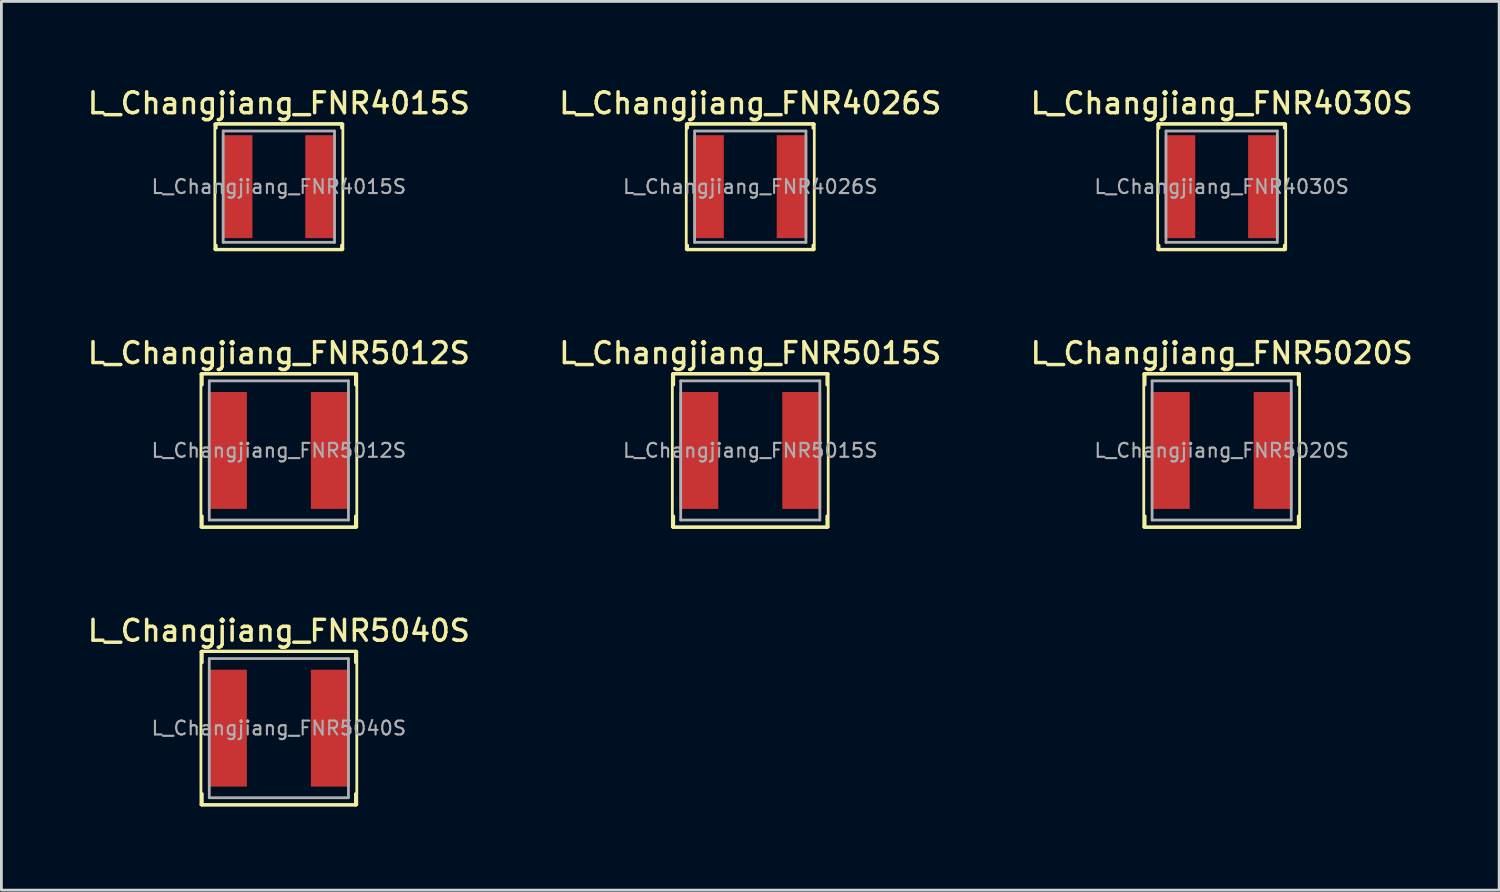
<source format=kicad_pcb>
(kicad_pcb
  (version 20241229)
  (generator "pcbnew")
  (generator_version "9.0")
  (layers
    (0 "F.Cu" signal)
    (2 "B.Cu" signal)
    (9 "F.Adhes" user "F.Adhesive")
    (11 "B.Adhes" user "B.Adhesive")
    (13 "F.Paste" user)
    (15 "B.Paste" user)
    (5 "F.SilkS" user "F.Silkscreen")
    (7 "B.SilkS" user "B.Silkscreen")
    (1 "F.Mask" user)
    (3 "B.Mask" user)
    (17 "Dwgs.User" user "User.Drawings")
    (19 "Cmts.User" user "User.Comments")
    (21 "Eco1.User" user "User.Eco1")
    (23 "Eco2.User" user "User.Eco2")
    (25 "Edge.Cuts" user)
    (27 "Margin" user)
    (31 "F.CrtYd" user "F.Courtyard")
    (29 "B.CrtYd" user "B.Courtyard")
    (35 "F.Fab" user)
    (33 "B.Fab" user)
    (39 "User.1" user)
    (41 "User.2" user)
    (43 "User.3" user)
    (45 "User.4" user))
  (footprint "L_Changjiang_FNR5015S"
    (layer "F.Cu")
    (at 23.909 13.136)
    (property "Reference" "L_Changjiang_FNR5015S" (at 0 -3.5 0) (layer "F.SilkS") (effects (font (size 0.75 0.75) (thickness 0.125))))
    (attr smd)
    (fp_line (start -2.8 -2.75) (end -2.8 2.75) (stroke (width 0.1) (type solid)) (layer "F.SilkS"))
    (fp_line (start -2.8 2.75) (end 2.8 2.75) (stroke (width 0.1) (type solid)) (layer "F.SilkS"))
    (fp_line (start -2.76 -2.76) (end -2.76 -2.36) (stroke (width 0.12) (type solid)) (layer "F.SilkS"))
    (fp_line (start -2.76 -2.76) (end 2.76 -2.76) (stroke (width 0.12) (type solid)) (layer "F.SilkS"))
    (fp_line (start -2.76 2.76) (end -2.76 2.36) (stroke (width 0.12) (type solid)) (layer "F.SilkS"))
    (fp_line (start -2.76 2.76) (end 2.76 2.76) (stroke (width 0.12) (type solid)) (layer "F.SilkS"))
    (fp_line (start 2.76 -2.76) (end 2.76 -2.36) (stroke (width 0.12) (type solid)) (layer "F.SilkS"))
    (fp_line (start 2.76 2.76) (end 2.76 2.36) (stroke (width 0.12) (type solid)) (layer "F.SilkS"))
    (fp_line (start 2.8 -2.75) (end -2.8 -2.75) (stroke (width 0.1) (type solid)) (layer "F.SilkS"))
    (fp_line (start 2.8 2.75) (end 2.8 -2.75) (stroke (width 0.1) (type solid)) (layer "F.SilkS"))
    (fp_line (start -2.5 -2.5) (end -2.5 2.5) (stroke (width 0.1) (type solid)) (layer "F.Fab"))
    (fp_line (start -2.5 2.5) (end 2.5 2.5) (stroke (width 0.1) (type solid)) (layer "F.Fab"))
    (fp_line (start 2.5 -2.5) (end -2.5 -2.5) (stroke (width 0.1) (type solid)) (layer "F.Fab"))
    (fp_line (start 2.5 2.5) (end 2.5 -2.5) (stroke (width 0.1) (type solid)) (layer "F.Fab"))
    (fp_text user "${REFERENCE}" (at 0 0 0) (layer "F.Fab") (effects (font (size 0.5 0.5) (thickness 0.075))))
    (pad "1" smd rect (at -1.85 0) (size 1.4 4.2) (layers "F.Cu" "F.Mask" "F.Paste"))
    (pad "2" smd rect (at 1.85 0) (size 1.4 4.2) (layers "F.Cu" "F.Mask" "F.Paste")))
  (footprint "L_Changjiang_FNR4015S"
    (layer "F.Cu")
    (at 6.97 3.658)
    (property "Reference" "L_Changjiang_FNR4015S" (at 0 -3 0) (layer "F.SilkS") (effects (font (size 0.75 0.75) (thickness 0.125))))
    (attr smd)
    (fp_line (start -2.3 -2.25) (end -2.3 2.25) (stroke (width 0.1) (type solid)) (layer "F.SilkS"))
    (fp_line (start -2.3 2.25) (end 2.3 2.25) (stroke (width 0.1) (type solid)) (layer "F.SilkS"))
    (fp_line (start -2.26 -2.26) (end -2.26 -2.11) (stroke (width 0.12) (type solid)) (layer "F.SilkS"))
    (fp_line (start -2.26 -2.26) (end 2.26 -2.26) (stroke (width 0.12) (type solid)) (layer "F.SilkS"))
    (fp_line (start -2.26 2.26) (end -2.26 2.11) (stroke (width 0.12) (type solid)) (layer "F.SilkS"))
    (fp_line (start -2.26 2.26) (end 2.26 2.26) (stroke (width 0.12) (type solid)) (layer "F.SilkS"))
    (fp_line (start 2.26 -2.26) (end 2.26 -2.11) (stroke (width 0.12) (type solid)) (layer "F.SilkS"))
    (fp_line (start 2.26 2.26) (end 2.26 2.11) (stroke (width 0.12) (type solid)) (layer "F.SilkS"))
    (fp_line (start 2.3 -2.25) (end -2.3 -2.25) (stroke (width 0.1) (type solid)) (layer "F.SilkS"))
    (fp_line (start 2.3 2.25) (end 2.3 -2.25) (stroke (width 0.1) (type solid)) (layer "F.SilkS"))
    (fp_line (start -2 -2) (end -2 2) (stroke (width 0.1) (type solid)) (layer "F.Fab"))
    (fp_line (start -2 2) (end 2 2) (stroke (width 0.1) (type solid)) (layer "F.Fab"))
    (fp_line (start 2 -2) (end -2 -2) (stroke (width 0.1) (type solid)) (layer "F.Fab"))
    (fp_line (start 2 2) (end 2 -2) (stroke (width 0.1) (type solid)) (layer "F.Fab"))
    (fp_text user "${REFERENCE}" (at 0 0 0) (layer "F.Fab") (effects (font (size 0.5 0.5) (thickness 0.075))))
    (pad "1" smd rect (at -1.5 0) (size 1.1 3.7) (layers "F.Cu" "F.Mask" "F.Paste"))
    (pad "2" smd rect (at 1.5 0) (size 1.1 3.7) (layers "F.Cu" "F.Mask" "F.Paste")))
  (footprint "L_Changjiang_FNR4030S"
    (layer "F.Cu")
    (at 40.848 3.658)
    (property "Reference" "L_Changjiang_FNR4030S" (at 0 -3 0) (layer "F.SilkS") (effects (font (size 0.75 0.75) (thickness 0.125))))
    (attr smd)
    (fp_line (start -2.3 -2.25) (end -2.3 2.25) (stroke (width 0.1) (type solid)) (layer "F.SilkS"))
    (fp_line (start -2.3 2.25) (end 2.3 2.25) (stroke (width 0.1) (type solid)) (layer "F.SilkS"))
    (fp_line (start -2.26 -2.26) (end -2.26 -2.11) (stroke (width 0.12) (type solid)) (layer "F.SilkS"))
    (fp_line (start -2.26 -2.26) (end 2.26 -2.26) (stroke (width 0.12) (type solid)) (layer "F.SilkS"))
    (fp_line (start -2.26 2.26) (end -2.26 2.11) (stroke (width 0.12) (type solid)) (layer "F.SilkS"))
    (fp_line (start -2.26 2.26) (end 2.26 2.26) (stroke (width 0.12) (type solid)) (layer "F.SilkS"))
    (fp_line (start 2.26 -2.26) (end 2.26 -2.11) (stroke (width 0.12) (type solid)) (layer "F.SilkS"))
    (fp_line (start 2.26 2.26) (end 2.26 2.11) (stroke (width 0.12) (type solid)) (layer "F.SilkS"))
    (fp_line (start 2.3 -2.25) (end -2.3 -2.25) (stroke (width 0.1) (type solid)) (layer "F.SilkS"))
    (fp_line (start 2.3 2.25) (end 2.3 -2.25) (stroke (width 0.1) (type solid)) (layer "F.SilkS"))
    (fp_line (start -2 -2) (end -2 2) (stroke (width 0.1) (type solid)) (layer "F.Fab"))
    (fp_line (start -2 2) (end 2 2) (stroke (width 0.1) (type solid)) (layer "F.Fab"))
    (fp_line (start 2 -2) (end -2 -2) (stroke (width 0.1) (type solid)) (layer "F.Fab"))
    (fp_line (start 2 2) (end 2 -2) (stroke (width 0.1) (type solid)) (layer "F.Fab"))
    (fp_text user "${REFERENCE}" (at 0 0 0) (layer "F.Fab") (effects (font (size 0.5 0.5) (thickness 0.075))))
    (pad "1" smd rect (at -1.5 0) (size 1.1 3.7) (layers "F.Cu" "F.Mask" "F.Paste"))
    (pad "2" smd rect (at 1.5 0) (size 1.1 3.7) (layers "F.Cu" "F.Mask" "F.Paste")))
  (footprint "L_Changjiang_FNR5012S"
    (layer "F.Cu")
    (at 6.97 13.136)
    (property "Reference" "L_Changjiang_FNR5012S" (at 0 -3.5 0) (layer "F.SilkS") (effects (font (size 0.75 0.75) (thickness 0.125))))
    (attr smd)
    (fp_line (start -2.8 -2.75) (end -2.8 2.75) (stroke (width 0.1) (type solid)) (layer "F.SilkS"))
    (fp_line (start -2.8 2.75) (end 2.8 2.75) (stroke (width 0.1) (type solid)) (layer "F.SilkS"))
    (fp_line (start -2.76 -2.76) (end -2.76 -2.36) (stroke (width 0.12) (type solid)) (layer "F.SilkS"))
    (fp_line (start -2.76 -2.76) (end 2.76 -2.76) (stroke (width 0.12) (type solid)) (layer "F.SilkS"))
    (fp_line (start -2.76 2.76) (end -2.76 2.36) (stroke (width 0.12) (type solid)) (layer "F.SilkS"))
    (fp_line (start -2.76 2.76) (end 2.76 2.76) (stroke (width 0.12) (type solid)) (layer "F.SilkS"))
    (fp_line (start 2.76 -2.76) (end 2.76 -2.36) (stroke (width 0.12) (type solid)) (layer "F.SilkS"))
    (fp_line (start 2.76 2.76) (end 2.76 2.36) (stroke (width 0.12) (type solid)) (layer "F.SilkS"))
    (fp_line (start 2.8 -2.75) (end -2.8 -2.75) (stroke (width 0.1) (type solid)) (layer "F.SilkS"))
    (fp_line (start 2.8 2.75) (end 2.8 -2.75) (stroke (width 0.1) (type solid)) (layer "F.SilkS"))
    (fp_line (start -2.5 -2.5) (end -2.5 2.5) (stroke (width 0.1) (type solid)) (layer "F.Fab"))
    (fp_line (start -2.5 2.5) (end 2.5 2.5) (stroke (width 0.1) (type solid)) (layer "F.Fab"))
    (fp_line (start 2.5 -2.5) (end -2.5 -2.5) (stroke (width 0.1) (type solid)) (layer "F.Fab"))
    (fp_line (start 2.5 2.5) (end 2.5 -2.5) (stroke (width 0.1) (type solid)) (layer "F.Fab"))
    (fp_text user "${REFERENCE}" (at 0 0 0) (layer "F.Fab") (effects (font (size 0.5 0.5) (thickness 0.075))))
    (pad "1" smd rect (at -1.85 0) (size 1.4 4.2) (layers "F.Cu" "F.Mask" "F.Paste"))
    (pad "2" smd rect (at 1.85 0) (size 1.4 4.2) (layers "F.Cu" "F.Mask" "F.Paste")))
  (footprint "L_Changjiang_FNR5040S"
    (layer "F.Cu")
    (at 6.97 23.114)
    (property "Reference" "L_Changjiang_FNR5040S" (at 0 -3.5 0) (layer "F.SilkS") (effects (font (size 0.75 0.75) (thickness 0.125))))
    (attr smd)
    (fp_line (start -2.8 -2.75) (end -2.8 2.75) (stroke (width 0.1) (type solid)) (layer "F.SilkS"))
    (fp_line (start -2.8 2.75) (end 2.8 2.75) (stroke (width 0.1) (type solid)) (layer "F.SilkS"))
    (fp_line (start -2.76 -2.76) (end -2.76 -2.36) (stroke (width 0.12) (type solid)) (layer "F.SilkS"))
    (fp_line (start -2.76 -2.76) (end 2.76 -2.76) (stroke (width 0.12) (type solid)) (layer "F.SilkS"))
    (fp_line (start -2.76 2.76) (end -2.76 2.36) (stroke (width 0.12) (type solid)) (layer "F.SilkS"))
    (fp_line (start -2.76 2.76) (end 2.76 2.76) (stroke (width 0.12) (type solid)) (layer "F.SilkS"))
    (fp_line (start 2.76 -2.76) (end 2.76 -2.36) (stroke (width 0.12) (type solid)) (layer "F.SilkS"))
    (fp_line (start 2.76 2.76) (end 2.76 2.36) (stroke (width 0.12) (type solid)) (layer "F.SilkS"))
    (fp_line (start 2.8 -2.75) (end -2.8 -2.75) (stroke (width 0.1) (type solid)) (layer "F.SilkS"))
    (fp_line (start 2.8 2.75) (end 2.8 -2.75) (stroke (width 0.1) (type solid)) (layer "F.SilkS"))
    (fp_line (start -2.5 -2.5) (end -2.5 2.5) (stroke (width 0.1) (type solid)) (layer "F.Fab"))
    (fp_line (start -2.5 2.5) (end 2.5 2.5) (stroke (width 0.1) (type solid)) (layer "F.Fab"))
    (fp_line (start 2.5 -2.5) (end -2.5 -2.5) (stroke (width 0.1) (type solid)) (layer "F.Fab"))
    (fp_line (start 2.5 2.5) (end 2.5 -2.5) (stroke (width 0.1) (type solid)) (layer "F.Fab"))
    (fp_text user "${REFERENCE}" (at 0 0 0) (layer "F.Fab") (effects (font (size 0.5 0.5) (thickness 0.075))))
    (pad "1" smd rect (at -1.85 0) (size 1.4 4.2) (layers "F.Cu" "F.Mask" "F.Paste"))
    (pad "2" smd rect (at 1.85 0) (size 1.4 4.2) (layers "F.Cu" "F.Mask" "F.Paste")))
  (footprint "L_Changjiang_FNR5020S"
    (layer "F.Cu")
    (at 40.848 13.136)
    (property "Reference" "L_Changjiang_FNR5020S" (at 0 -3.5 0) (layer "F.SilkS") (effects (font (size 0.75 0.75) (thickness 0.125))))
    (attr smd)
    (fp_line (start -2.8 -2.75) (end -2.8 2.75) (stroke (width 0.1) (type solid)) (layer "F.SilkS"))
    (fp_line (start -2.8 2.75) (end 2.8 2.75) (stroke (width 0.1) (type solid)) (layer "F.SilkS"))
    (fp_line (start -2.76 -2.76) (end -2.76 -2.36) (stroke (width 0.12) (type solid)) (layer "F.SilkS"))
    (fp_line (start -2.76 -2.76) (end 2.76 -2.76) (stroke (width 0.12) (type solid)) (layer "F.SilkS"))
    (fp_line (start -2.76 2.76) (end -2.76 2.36) (stroke (width 0.12) (type solid)) (layer "F.SilkS"))
    (fp_line (start -2.76 2.76) (end 2.76 2.76) (stroke (width 0.12) (type solid)) (layer "F.SilkS"))
    (fp_line (start 2.76 -2.76) (end 2.76 -2.36) (stroke (width 0.12) (type solid)) (layer "F.SilkS"))
    (fp_line (start 2.76 2.76) (end 2.76 2.36) (stroke (width 0.12) (type solid)) (layer "F.SilkS"))
    (fp_line (start 2.8 -2.75) (end -2.8 -2.75) (stroke (width 0.1) (type solid)) (layer "F.SilkS"))
    (fp_line (start 2.8 2.75) (end 2.8 -2.75) (stroke (width 0.1) (type solid)) (layer "F.SilkS"))
    (fp_line (start -2.5 -2.5) (end -2.5 2.5) (stroke (width 0.1) (type solid)) (layer "F.Fab"))
    (fp_line (start -2.5 2.5) (end 2.5 2.5) (stroke (width 0.1) (type solid)) (layer "F.Fab"))
    (fp_line (start 2.5 -2.5) (end -2.5 -2.5) (stroke (width 0.1) (type solid)) (layer "F.Fab"))
    (fp_line (start 2.5 2.5) (end 2.5 -2.5) (stroke (width 0.1) (type solid)) (layer "F.Fab"))
    (fp_text user "${REFERENCE}" (at 0 0 0) (layer "F.Fab") (effects (font (size 0.5 0.5) (thickness 0.075))))
    (pad "1" smd rect (at -1.85 0) (size 1.4 4.2) (layers "F.Cu" "F.Mask" "F.Paste"))
    (pad "2" smd rect (at 1.85 0) (size 1.4 4.2) (layers "F.Cu" "F.Mask" "F.Paste")))
  (footprint "L_Changjiang_FNR4026S"
    (layer "F.Cu")
    (at 23.909 3.658)
    (property "Reference" "L_Changjiang_FNR4026S" (at 0 -3 0) (layer "F.SilkS") (effects (font (size 0.75 0.75) (thickness 0.125))))
    (attr smd)
    (fp_line (start -2.3 -2.25) (end -2.3 2.25) (stroke (width 0.1) (type solid)) (layer "F.SilkS"))
    (fp_line (start -2.3 2.25) (end 2.3 2.25) (stroke (width 0.1) (type solid)) (layer "F.SilkS"))
    (fp_line (start -2.26 -2.26) (end -2.26 -2.11) (stroke (width 0.12) (type solid)) (layer "F.SilkS"))
    (fp_line (start -2.26 -2.26) (end 2.26 -2.26) (stroke (width 0.12) (type solid)) (layer "F.SilkS"))
    (fp_line (start -2.26 2.26) (end -2.26 2.11) (stroke (width 0.12) (type solid)) (layer "F.SilkS"))
    (fp_line (start -2.26 2.26) (end 2.26 2.26) (stroke (width 0.12) (type solid)) (layer "F.SilkS"))
    (fp_line (start 2.26 -2.26) (end 2.26 -2.11) (stroke (width 0.12) (type solid)) (layer "F.SilkS"))
    (fp_line (start 2.26 2.26) (end 2.26 2.11) (stroke (width 0.12) (type solid)) (layer "F.SilkS"))
    (fp_line (start 2.3 -2.25) (end -2.3 -2.25) (stroke (width 0.1) (type solid)) (layer "F.SilkS"))
    (fp_line (start 2.3 2.25) (end 2.3 -2.25) (stroke (width 0.1) (type solid)) (layer "F.SilkS"))
    (fp_line (start -2 -2) (end -2 2) (stroke (width 0.1) (type solid)) (layer "F.Fab"))
    (fp_line (start -2 2) (end 2 2) (stroke (width 0.1) (type solid)) (layer "F.Fab"))
    (fp_line (start 2 -2) (end -2 -2) (stroke (width 0.1) (type solid)) (layer "F.Fab"))
    (fp_line (start 2 2) (end 2 -2) (stroke (width 0.1) (type solid)) (layer "F.Fab"))
    (fp_text user "${REFERENCE}" (at 0 0 0) (layer "F.Fab") (effects (font (size 0.5 0.5) (thickness 0.075))))
    (pad "1" smd rect (at -1.5 0) (size 1.1 3.7) (layers "F.Cu" "F.Mask" "F.Paste"))
    (pad "2" smd rect (at 1.5 0) (size 1.1 3.7) (layers "F.Cu" "F.Mask" "F.Paste")))
  (gr_rect
    (start -3 -3)
    (end 50.818 28.934)
    (stroke (width 0.1) (type default))
    (fill no)
    (layer "Edge.Cuts")))
</source>
